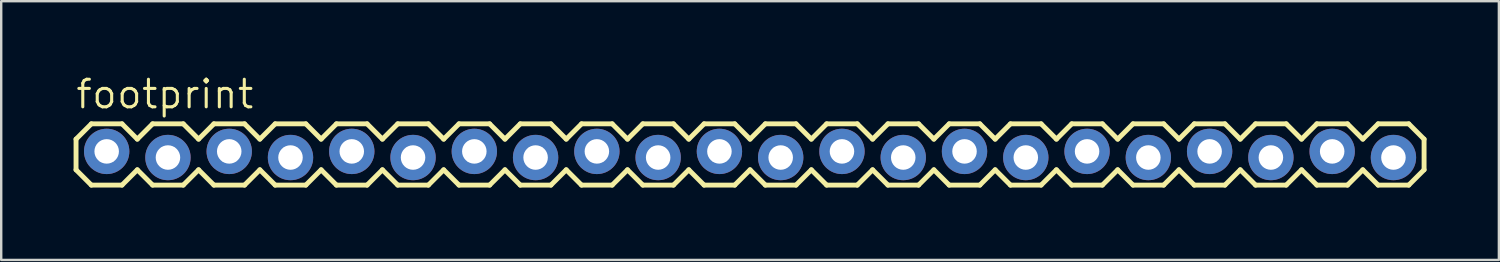
<source format=kicad_pcb>
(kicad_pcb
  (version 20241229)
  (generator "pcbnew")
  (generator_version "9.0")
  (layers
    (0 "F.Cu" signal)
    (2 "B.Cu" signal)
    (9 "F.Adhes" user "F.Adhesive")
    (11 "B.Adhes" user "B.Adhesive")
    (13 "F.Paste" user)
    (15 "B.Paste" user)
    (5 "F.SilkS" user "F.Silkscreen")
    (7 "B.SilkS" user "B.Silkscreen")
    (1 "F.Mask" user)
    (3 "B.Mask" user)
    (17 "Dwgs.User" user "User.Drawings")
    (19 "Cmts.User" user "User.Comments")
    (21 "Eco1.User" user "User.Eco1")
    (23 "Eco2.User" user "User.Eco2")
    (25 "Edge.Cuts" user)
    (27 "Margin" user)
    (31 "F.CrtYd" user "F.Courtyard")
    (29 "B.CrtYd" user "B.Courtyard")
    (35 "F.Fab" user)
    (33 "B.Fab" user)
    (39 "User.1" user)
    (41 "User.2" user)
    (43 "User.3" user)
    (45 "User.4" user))
  (footprint "footprint"
    (layer "F.Cu")
    (at 1.372 3.353)
    (property "Reference" "footprint" (at -1.346 -1.829 0) (layer "F.SilkS") (effects (font (size 1.143 1.143) (thickness 0.127)) (justify left bottom)))
    (fp_line (start -1.27 -0.635) (end -1.27 0.635) (stroke (width 0.203) (type solid)) (layer "F.SilkS"))
    (fp_line (start -1.27 -0.635) (end -0.635 -1.27) (stroke (width 0.203) (type solid)) (layer "F.SilkS"))
    (fp_line (start -0.635 -1.27) (end 0.635 -1.27) (stroke (width 0.203) (type solid)) (layer "F.SilkS"))
    (fp_line (start -0.635 1.27) (end -1.27 0.635) (stroke (width 0.203) (type solid)) (layer "F.SilkS"))
    (fp_line (start 0.635 -1.27) (end 1.27 -0.635) (stroke (width 0.203) (type solid)) (layer "F.SilkS"))
    (fp_line (start 0.635 1.27) (end -0.635 1.27) (stroke (width 0.203) (type solid)) (layer "F.SilkS"))
    (fp_line (start 1.27 -0.635) (end 1.905 -1.27) (stroke (width 0.203) (type solid)) (layer "F.SilkS"))
    (fp_line (start 1.27 0.635) (end 0.635 1.27) (stroke (width 0.203) (type solid)) (layer "F.SilkS"))
    (fp_line (start 1.905 -1.27) (end 3.175 -1.27) (stroke (width 0.203) (type solid)) (layer "F.SilkS"))
    (fp_line (start 1.905 1.27) (end 1.27 0.635) (stroke (width 0.203) (type solid)) (layer "F.SilkS"))
    (fp_line (start 3.175 -1.27) (end 3.81 -0.635) (stroke (width 0.203) (type solid)) (layer "F.SilkS"))
    (fp_line (start 3.175 1.27) (end 1.905 1.27) (stroke (width 0.203) (type solid)) (layer "F.SilkS"))
    (fp_line (start 3.81 0.635) (end 3.175 1.27) (stroke (width 0.203) (type solid)) (layer "F.SilkS"))
    (fp_line (start 3.81 0.635) (end 4.445 1.27) (stroke (width 0.203) (type solid)) (layer "F.SilkS"))
    (fp_line (start 4.445 -1.27) (end 3.81 -0.635) (stroke (width 0.203) (type solid)) (layer "F.SilkS"))
    (fp_line (start 4.445 -1.27) (end 5.715 -1.27) (stroke (width 0.203) (type solid)) (layer "F.SilkS"))
    (fp_line (start 5.715 -1.27) (end 6.35 -0.635) (stroke (width 0.203) (type solid)) (layer "F.SilkS"))
    (fp_line (start 5.715 1.27) (end 4.445 1.27) (stroke (width 0.203) (type solid)) (layer "F.SilkS"))
    (fp_line (start 6.35 -0.635) (end 6.985 -1.27) (stroke (width 0.203) (type solid)) (layer "F.SilkS"))
    (fp_line (start 6.35 0.635) (end 5.715 1.27) (stroke (width 0.203) (type solid)) (layer "F.SilkS"))
    (fp_line (start 6.985 -1.27) (end 8.255 -1.27) (stroke (width 0.203) (type solid)) (layer "F.SilkS"))
    (fp_line (start 6.985 1.27) (end 6.35 0.635) (stroke (width 0.203) (type solid)) (layer "F.SilkS"))
    (fp_line (start 8.255 -1.27) (end 8.89 -0.635) (stroke (width 0.203) (type solid)) (layer "F.SilkS"))
    (fp_line (start 8.255 1.27) (end 6.985 1.27) (stroke (width 0.203) (type solid)) (layer "F.SilkS"))
    (fp_line (start 8.89 -0.635) (end 9.525 -1.27) (stroke (width 0.203) (type solid)) (layer "F.SilkS"))
    (fp_line (start 8.89 0.635) (end 8.255 1.27) (stroke (width 0.203) (type solid)) (layer "F.SilkS"))
    (fp_line (start 9.525 -1.27) (end 10.795 -1.27) (stroke (width 0.203) (type solid)) (layer "F.SilkS"))
    (fp_line (start 9.525 1.27) (end 8.89 0.635) (stroke (width 0.203) (type solid)) (layer "F.SilkS"))
    (fp_line (start 10.795 -1.27) (end 11.43 -0.635) (stroke (width 0.203) (type solid)) (layer "F.SilkS"))
    (fp_line (start 10.795 1.27) (end 9.525 1.27) (stroke (width 0.203) (type solid)) (layer "F.SilkS"))
    (fp_line (start 11.43 0.635) (end 10.795 1.27) (stroke (width 0.203) (type solid)) (layer "F.SilkS"))
    (fp_line (start 11.43 0.635) (end 12.065 1.27) (stroke (width 0.203) (type solid)) (layer "F.SilkS"))
    (fp_line (start 12.065 -1.27) (end 11.43 -0.635) (stroke (width 0.203) (type solid)) (layer "F.SilkS"))
    (fp_line (start 12.065 -1.27) (end 13.335 -1.27) (stroke (width 0.203) (type solid)) (layer "F.SilkS"))
    (fp_line (start 13.335 -1.27) (end 13.97 -0.635) (stroke (width 0.203) (type solid)) (layer "F.SilkS"))
    (fp_line (start 13.335 1.27) (end 12.065 1.27) (stroke (width 0.203) (type solid)) (layer "F.SilkS"))
    (fp_line (start 13.97 0.635) (end 13.335 1.27) (stroke (width 0.203) (type solid)) (layer "F.SilkS"))
    (fp_line (start 13.97 0.635) (end 14.605 1.27) (stroke (width 0.203) (type solid)) (layer "F.SilkS"))
    (fp_line (start 14.605 -1.27) (end 13.97 -0.635) (stroke (width 0.203) (type solid)) (layer "F.SilkS"))
    (fp_line (start 14.605 -1.27) (end 15.875 -1.27) (stroke (width 0.203) (type solid)) (layer "F.SilkS"))
    (fp_line (start 15.875 -1.27) (end 16.51 -0.635) (stroke (width 0.203) (type solid)) (layer "F.SilkS"))
    (fp_line (start 15.875 1.27) (end 14.605 1.27) (stroke (width 0.203) (type solid)) (layer "F.SilkS"))
    (fp_line (start 16.51 -0.635) (end 17.145 -1.27) (stroke (width 0.203) (type solid)) (layer "F.SilkS"))
    (fp_line (start 16.51 0.635) (end 15.875 1.27) (stroke (width 0.203) (type solid)) (layer "F.SilkS"))
    (fp_line (start 17.145 -1.27) (end 18.415 -1.27) (stroke (width 0.203) (type solid)) (layer "F.SilkS"))
    (fp_line (start 17.145 1.27) (end 16.51 0.635) (stroke (width 0.203) (type solid)) (layer "F.SilkS"))
    (fp_line (start 18.415 -1.27) (end 19.05 -0.635) (stroke (width 0.203) (type solid)) (layer "F.SilkS"))
    (fp_line (start 18.415 1.27) (end 17.145 1.27) (stroke (width 0.203) (type solid)) (layer "F.SilkS"))
    (fp_line (start 19.05 -0.635) (end 19.685 -1.27) (stroke (width 0.203) (type solid)) (layer "F.SilkS"))
    (fp_line (start 19.05 0.635) (end 18.415 1.27) (stroke (width 0.203) (type solid)) (layer "F.SilkS"))
    (fp_line (start 19.685 -1.27) (end 20.955 -1.27) (stroke (width 0.203) (type solid)) (layer "F.SilkS"))
    (fp_line (start 19.685 1.27) (end 19.05 0.635) (stroke (width 0.203) (type solid)) (layer "F.SilkS"))
    (fp_line (start 20.955 -1.27) (end 21.59 -0.635) (stroke (width 0.203) (type solid)) (layer "F.SilkS"))
    (fp_line (start 20.955 1.27) (end 19.685 1.27) (stroke (width 0.203) (type solid)) (layer "F.SilkS"))
    (fp_line (start 21.59 0.635) (end 20.955 1.27) (stroke (width 0.203) (type solid)) (layer "F.SilkS"))
    (fp_line (start 21.59 0.635) (end 22.225 1.27) (stroke (width 0.203) (type solid)) (layer "F.SilkS"))
    (fp_line (start 22.225 -1.27) (end 21.59 -0.635) (stroke (width 0.203) (type solid)) (layer "F.SilkS"))
    (fp_line (start 22.225 -1.27) (end 23.495 -1.27) (stroke (width 0.203) (type solid)) (layer "F.SilkS"))
    (fp_line (start 23.495 -1.27) (end 24.13 -0.635) (stroke (width 0.203) (type solid)) (layer "F.SilkS"))
    (fp_line (start 23.495 1.27) (end 22.225 1.27) (stroke (width 0.203) (type solid)) (layer "F.SilkS"))
    (fp_line (start 24.13 -0.635) (end 24.765 -1.27) (stroke (width 0.203) (type solid)) (layer "F.SilkS"))
    (fp_line (start 24.13 0.635) (end 23.495 1.27) (stroke (width 0.203) (type solid)) (layer "F.SilkS"))
    (fp_line (start 24.765 -1.27) (end 26.035 -1.27) (stroke (width 0.203) (type solid)) (layer "F.SilkS"))
    (fp_line (start 24.765 1.27) (end 24.13 0.635) (stroke (width 0.203) (type solid)) (layer "F.SilkS"))
    (fp_line (start 26.035 -1.27) (end 26.67 -0.635) (stroke (width 0.203) (type solid)) (layer "F.SilkS"))
    (fp_line (start 26.035 1.27) (end 24.765 1.27) (stroke (width 0.203) (type solid)) (layer "F.SilkS"))
    (fp_line (start 26.67 -0.635) (end 27.305 -1.27) (stroke (width 0.203) (type solid)) (layer "F.SilkS"))
    (fp_line (start 26.67 0.635) (end 26.035 1.27) (stroke (width 0.203) (type solid)) (layer "F.SilkS"))
    (fp_line (start 27.305 -1.27) (end 28.575 -1.27) (stroke (width 0.203) (type solid)) (layer "F.SilkS"))
    (fp_line (start 27.305 1.27) (end 26.67 0.635) (stroke (width 0.203) (type solid)) (layer "F.SilkS"))
    (fp_line (start 28.575 -1.27) (end 29.21 -0.635) (stroke (width 0.203) (type solid)) (layer "F.SilkS"))
    (fp_line (start 28.575 1.27) (end 27.305 1.27) (stroke (width 0.203) (type solid)) (layer "F.SilkS"))
    (fp_line (start 29.21 0.635) (end 28.575 1.27) (stroke (width 0.203) (type solid)) (layer "F.SilkS"))
    (fp_line (start 29.21 0.635) (end 29.845 1.27) (stroke (width 0.203) (type solid)) (layer "F.SilkS"))
    (fp_line (start 29.845 -1.27) (end 29.21 -0.635) (stroke (width 0.203) (type solid)) (layer "F.SilkS"))
    (fp_line (start 29.845 -1.27) (end 31.115 -1.27) (stroke (width 0.203) (type solid)) (layer "F.SilkS"))
    (fp_line (start 31.115 -1.27) (end 31.75 -0.635) (stroke (width 0.203) (type solid)) (layer "F.SilkS"))
    (fp_line (start 31.115 1.27) (end 29.845 1.27) (stroke (width 0.203) (type solid)) (layer "F.SilkS"))
    (fp_line (start 31.75 0.635) (end 31.115 1.27) (stroke (width 0.203) (type solid)) (layer "F.SilkS"))
    (fp_line (start 31.75 0.635) (end 32.385 1.27) (stroke (width 0.203) (type solid)) (layer "F.SilkS"))
    (fp_line (start 32.385 -1.27) (end 31.75 -0.635) (stroke (width 0.203) (type solid)) (layer "F.SilkS"))
    (fp_line (start 32.385 -1.27) (end 33.655 -1.27) (stroke (width 0.203) (type solid)) (layer "F.SilkS"))
    (fp_line (start 33.655 -1.27) (end 34.29 -0.635) (stroke (width 0.203) (type solid)) (layer "F.SilkS"))
    (fp_line (start 33.655 1.27) (end 32.385 1.27) (stroke (width 0.203) (type solid)) (layer "F.SilkS"))
    (fp_line (start 34.29 0.635) (end 33.655 1.27) (stroke (width 0.203) (type solid)) (layer "F.SilkS"))
    (fp_line (start 34.29 0.635) (end 34.925 1.27) (stroke (width 0.203) (type solid)) (layer "F.SilkS"))
    (fp_line (start 34.925 -1.27) (end 34.29 -0.635) (stroke (width 0.203) (type solid)) (layer "F.SilkS"))
    (fp_line (start 34.925 -1.27) (end 36.195 -1.27) (stroke (width 0.203) (type solid)) (layer "F.SilkS"))
    (fp_line (start 36.195 -1.27) (end 36.83 -0.635) (stroke (width 0.203) (type solid)) (layer "F.SilkS"))
    (fp_line (start 36.195 1.27) (end 34.925 1.27) (stroke (width 0.203) (type solid)) (layer "F.SilkS"))
    (fp_line (start 36.83 0.635) (end 36.195 1.27) (stroke (width 0.203) (type solid)) (layer "F.SilkS"))
    (fp_line (start 36.83 0.635) (end 37.465 1.27) (stroke (width 0.203) (type solid)) (layer "F.SilkS"))
    (fp_line (start 37.465 -1.27) (end 36.83 -0.635) (stroke (width 0.203) (type solid)) (layer "F.SilkS"))
    (fp_line (start 37.465 -1.27) (end 38.735 -1.27) (stroke (width 0.203) (type solid)) (layer "F.SilkS"))
    (fp_line (start 38.735 -1.27) (end 39.37 -0.635) (stroke (width 0.203) (type solid)) (layer "F.SilkS"))
    (fp_line (start 38.735 1.27) (end 37.465 1.27) (stroke (width 0.203) (type solid)) (layer "F.SilkS"))
    (fp_line (start 39.37 0.635) (end 38.735 1.27) (stroke (width 0.203) (type solid)) (layer "F.SilkS"))
    (fp_line (start 39.37 0.635) (end 40.005 1.27) (stroke (width 0.203) (type solid)) (layer "F.SilkS"))
    (fp_line (start 40.005 -1.27) (end 39.37 -0.635) (stroke (width 0.203) (type solid)) (layer "F.SilkS"))
    (fp_line (start 40.005 -1.27) (end 41.275 -1.27) (stroke (width 0.203) (type solid)) (layer "F.SilkS"))
    (fp_line (start 41.275 -1.27) (end 41.91 -0.635) (stroke (width 0.203) (type solid)) (layer "F.SilkS"))
    (fp_line (start 41.275 1.27) (end 40.005 1.27) (stroke (width 0.203) (type solid)) (layer "F.SilkS"))
    (fp_line (start 41.91 0.635) (end 41.275 1.27) (stroke (width 0.203) (type solid)) (layer "F.SilkS"))
    (fp_line (start 41.91 0.635) (end 42.545 1.27) (stroke (width 0.203) (type solid)) (layer "F.SilkS"))
    (fp_line (start 42.545 -1.27) (end 41.91 -0.635) (stroke (width 0.203) (type solid)) (layer "F.SilkS"))
    (fp_line (start 42.545 -1.27) (end 43.815 -1.27) (stroke (width 0.203) (type solid)) (layer "F.SilkS"))
    (fp_line (start 43.815 -1.27) (end 44.45 -0.635) (stroke (width 0.203) (type solid)) (layer "F.SilkS"))
    (fp_line (start 43.815 1.27) (end 42.545 1.27) (stroke (width 0.203) (type solid)) (layer "F.SilkS"))
    (fp_line (start 44.45 0.635) (end 43.815 1.27) (stroke (width 0.203) (type solid)) (layer "F.SilkS"))
    (fp_line (start 44.45 0.635) (end 45.085 1.27) (stroke (width 0.203) (type solid)) (layer "F.SilkS"))
    (fp_line (start 45.085 -1.27) (end 44.45 -0.635) (stroke (width 0.203) (type solid)) (layer "F.SilkS"))
    (fp_line (start 45.085 -1.27) (end 46.355 -1.27) (stroke (width 0.203) (type solid)) (layer "F.SilkS"))
    (fp_line (start 46.355 -1.27) (end 46.99 -0.635) (stroke (width 0.203) (type solid)) (layer "F.SilkS"))
    (fp_line (start 46.355 1.27) (end 45.085 1.27) (stroke (width 0.203) (type solid)) (layer "F.SilkS"))
    (fp_line (start 46.99 0.635) (end 46.355 1.27) (stroke (width 0.203) (type solid)) (layer "F.SilkS"))
    (fp_line (start 46.99 0.635) (end 47.625 1.27) (stroke (width 0.203) (type solid)) (layer "F.SilkS"))
    (fp_line (start 47.625 -1.27) (end 46.99 -0.635) (stroke (width 0.203) (type solid)) (layer "F.SilkS"))
    (fp_line (start 47.625 -1.27) (end 48.895 -1.27) (stroke (width 0.203) (type solid)) (layer "F.SilkS"))
    (fp_line (start 48.895 -1.27) (end 49.53 -0.635) (stroke (width 0.203) (type solid)) (layer "F.SilkS"))
    (fp_line (start 48.895 1.27) (end 47.625 1.27) (stroke (width 0.203) (type solid)) (layer "F.SilkS"))
    (fp_line (start 49.53 0.635) (end 48.895 1.27) (stroke (width 0.203) (type solid)) (layer "F.SilkS"))
    (fp_line (start 49.53 0.635) (end 50.165 1.27) (stroke (width 0.203) (type solid)) (layer "F.SilkS"))
    (fp_line (start 50.165 -1.27) (end 49.53 -0.635) (stroke (width 0.203) (type solid)) (layer "F.SilkS"))
    (fp_line (start 50.165 -1.27) (end 51.435 -1.27) (stroke (width 0.203) (type solid)) (layer "F.SilkS"))
    (fp_line (start 51.435 -1.27) (end 52.07 -0.635) (stroke (width 0.203) (type solid)) (layer "F.SilkS"))
    (fp_line (start 51.435 1.27) (end 50.165 1.27) (stroke (width 0.203) (type solid)) (layer "F.SilkS"))
    (fp_line (start 52.07 0.635) (end 51.435 1.27) (stroke (width 0.203) (type solid)) (layer "F.SilkS"))
    (fp_line (start 52.07 0.635) (end 52.705 1.27) (stroke (width 0.203) (type solid)) (layer "F.SilkS"))
    (fp_line (start 52.705 -1.27) (end 52.07 -0.635) (stroke (width 0.203) (type solid)) (layer "F.SilkS"))
    (fp_line (start 52.705 -1.27) (end 53.975 -1.27) (stroke (width 0.203) (type solid)) (layer "F.SilkS"))
    (fp_line (start 53.975 -1.27) (end 54.61 -0.635) (stroke (width 0.203) (type solid)) (layer "F.SilkS"))
    (fp_line (start 53.975 1.27) (end 52.705 1.27) (stroke (width 0.203) (type solid)) (layer "F.SilkS"))
    (fp_line (start 54.61 -0.635) (end 54.61 0.635) (stroke (width 0.203) (type solid)) (layer "F.SilkS"))
    (fp_line (start 54.61 0.635) (end 53.975 1.27) (stroke (width 0.203) (type solid)) (layer "F.SilkS"))
    (fp_poly (pts (xy -0.254 0.254) (xy 0.254 0.254) (xy 0.254 -0.254) (xy -0.254 -0.254)) (stroke (width 0.1) (type solid)) (fill no) (layer "F.Fab"))
    (fp_poly (pts (xy 2.286 0.254) (xy 2.794 0.254) (xy 2.794 -0.254) (xy 2.286 -0.254)) (stroke (width 0.1) (type solid)) (fill no) (layer "F.Fab"))
    (fp_poly (pts (xy 4.826 0.254) (xy 5.334 0.254) (xy 5.334 -0.254) (xy 4.826 -0.254)) (stroke (width 0.1) (type solid)) (fill no) (layer "F.Fab"))
    (fp_poly (pts (xy 7.366 0.254) (xy 7.874 0.254) (xy 7.874 -0.254) (xy 7.366 -0.254)) (stroke (width 0.1) (type solid)) (fill no) (layer "F.Fab"))
    (fp_poly (pts (xy 9.906 0.254) (xy 10.414 0.254) (xy 10.414 -0.254) (xy 9.906 -0.254)) (stroke (width 0.1) (type solid)) (fill no) (layer "F.Fab"))
    (fp_poly (pts (xy 12.446 0.254) (xy 12.954 0.254) (xy 12.954 -0.254) (xy 12.446 -0.254)) (stroke (width 0.1) (type solid)) (fill no) (layer "F.Fab"))
    (fp_poly (pts (xy 14.986 0.254) (xy 15.494 0.254) (xy 15.494 -0.254) (xy 14.986 -0.254)) (stroke (width 0.1) (type solid)) (fill no) (layer "F.Fab"))
    (fp_poly (pts (xy 17.526 0.254) (xy 18.034 0.254) (xy 18.034 -0.254) (xy 17.526 -0.254)) (stroke (width 0.1) (type solid)) (fill no) (layer "F.Fab"))
    (fp_poly (pts (xy 20.066 0.254) (xy 20.574 0.254) (xy 20.574 -0.254) (xy 20.066 -0.254)) (stroke (width 0.1) (type solid)) (fill no) (layer "F.Fab"))
    (fp_poly (pts (xy 22.606 0.254) (xy 23.114 0.254) (xy 23.114 -0.254) (xy 22.606 -0.254)) (stroke (width 0.1) (type solid)) (fill no) (layer "F.Fab"))
    (fp_poly (pts (xy 25.146 0.254) (xy 25.654 0.254) (xy 25.654 -0.254) (xy 25.146 -0.254)) (stroke (width 0.1) (type solid)) (fill no) (layer "F.Fab"))
    (fp_poly (pts (xy 27.686 0.254) (xy 28.194 0.254) (xy 28.194 -0.254) (xy 27.686 -0.254)) (stroke (width 0.1) (type solid)) (fill no) (layer "F.Fab"))
    (fp_poly (pts (xy 30.226 0.254) (xy 30.734 0.254) (xy 30.734 -0.254) (xy 30.226 -0.254)) (stroke (width 0.1) (type solid)) (fill no) (layer "F.Fab"))
    (fp_poly (pts (xy 32.766 0.254) (xy 33.274 0.254) (xy 33.274 -0.254) (xy 32.766 -0.254)) (stroke (width 0.1) (type solid)) (fill no) (layer "F.Fab"))
    (fp_poly (pts (xy 35.306 0.254) (xy 35.814 0.254) (xy 35.814 -0.254) (xy 35.306 -0.254)) (stroke (width 0.1) (type solid)) (fill no) (layer "F.Fab"))
    (fp_poly (pts (xy 37.846 0.254) (xy 38.354 0.254) (xy 38.354 -0.254) (xy 37.846 -0.254)) (stroke (width 0.1) (type solid)) (fill no) (layer "F.Fab"))
    (fp_poly (pts (xy 40.386 0.254) (xy 40.894 0.254) (xy 40.894 -0.254) (xy 40.386 -0.254)) (stroke (width 0.1) (type solid)) (fill no) (layer "F.Fab"))
    (fp_poly (pts (xy 42.926 0.254) (xy 43.434 0.254) (xy 43.434 -0.254) (xy 42.926 -0.254)) (stroke (width 0.1) (type solid)) (fill no) (layer "F.Fab"))
    (fp_poly (pts (xy 45.466 0.254) (xy 45.974 0.254) (xy 45.974 -0.254) (xy 45.466 -0.254)) (stroke (width 0.1) (type solid)) (fill no) (layer "F.Fab"))
    (fp_poly (pts (xy 48.006 0.254) (xy 48.514 0.254) (xy 48.514 -0.254) (xy 48.006 -0.254)) (stroke (width 0.1) (type solid)) (fill no) (layer "F.Fab"))
    (fp_poly (pts (xy 50.546 0.254) (xy 51.054 0.254) (xy 51.054 -0.254) (xy 50.546 -0.254)) (stroke (width 0.1) (type solid)) (fill no) (layer "F.Fab"))
    (fp_poly (pts (xy 53.086 0.254) (xy 53.594 0.254) (xy 53.594 -0.254) (xy 53.086 -0.254)) (stroke (width 0.1) (type solid)) (fill no) (layer "F.Fab"))
    (pad "1" thru_hole circle (at 0 -0.127 90) (size 1.88 1.88) (drill 1.016) (layers "*.Cu" "*.Mask"))
    (pad "2" thru_hole circle (at 2.54 0.127 90) (size 1.88 1.88) (drill 1.016) (layers "*.Cu" "*.Mask"))
    (pad "3" thru_hole circle (at 5.08 -0.127 90) (size 1.88 1.88) (drill 1.016) (layers "*.Cu" "*.Mask"))
    (pad "4" thru_hole circle (at 7.62 0.127 90) (size 1.88 1.88) (drill 1.016) (layers "*.Cu" "*.Mask"))
    (pad "5" thru_hole circle (at 10.16 -0.127 90) (size 1.88 1.88) (drill 1.016) (layers "*.Cu" "*.Mask"))
    (pad "6" thru_hole circle (at 12.7 0.127 90) (size 1.88 1.88) (drill 1.016) (layers "*.Cu" "*.Mask"))
    (pad "7" thru_hole circle (at 15.24 -0.127 90) (size 1.88 1.88) (drill 1.016) (layers "*.Cu" "*.Mask"))
    (pad "8" thru_hole circle (at 17.78 0.127 90) (size 1.88 1.88) (drill 1.016) (layers "*.Cu" "*.Mask"))
    (pad "9" thru_hole circle (at 20.32 -0.127 90) (size 1.88 1.88) (drill 1.016) (layers "*.Cu" "*.Mask"))
    (pad "10" thru_hole circle (at 22.86 0.127 90) (size 1.88 1.88) (drill 1.016) (layers "*.Cu" "*.Mask"))
    (pad "11" thru_hole circle (at 25.4 -0.127 90) (size 1.88 1.88) (drill 1.016) (layers "*.Cu" "*.Mask"))
    (pad "12" thru_hole circle (at 27.94 0.127 90) (size 1.88 1.88) (drill 1.016) (layers "*.Cu" "*.Mask"))
    (pad "13" thru_hole circle (at 30.48 -0.127 90) (size 1.88 1.88) (drill 1.016) (layers "*.Cu" "*.Mask"))
    (pad "14" thru_hole circle (at 33.02 0.127 90) (size 1.88 1.88) (drill 1.016) (layers "*.Cu" "*.Mask"))
    (pad "15" thru_hole circle (at 35.56 -0.127 90) (size 1.88 1.88) (drill 1.016) (layers "*.Cu" "*.Mask"))
    (pad "16" thru_hole circle (at 38.1 0.127 90) (size 1.88 1.88) (drill 1.016) (layers "*.Cu" "*.Mask"))
    (pad "17" thru_hole circle (at 40.64 -0.127 90) (size 1.88 1.88) (drill 1.016) (layers "*.Cu" "*.Mask"))
    (pad "18" thru_hole circle (at 43.18 0.127 90) (size 1.88 1.88) (drill 1.016) (layers "*.Cu" "*.Mask"))
    (pad "19" thru_hole circle (at 45.72 -0.127 90) (size 1.88 1.88) (drill 1.016) (layers "*.Cu" "*.Mask"))
    (pad "20" thru_hole circle (at 48.26 0.127 90) (size 1.88 1.88) (drill 1.016) (layers "*.Cu" "*.Mask"))
    (pad "21" thru_hole circle (at 50.8 -0.127 90) (size 1.88 1.88) (drill 1.016) (layers "*.Cu" "*.Mask"))
    (pad "22" thru_hole circle (at 53.34 0.127 90) (size 1.88 1.88) (drill 1.016) (layers "*.Cu" "*.Mask")))
  (gr_rect
    (start -3 -3)
    (end 59.083 7.724)
    (stroke (width 0.1) (type default))
    (fill no)
    (layer "Edge.Cuts")))
</source>
